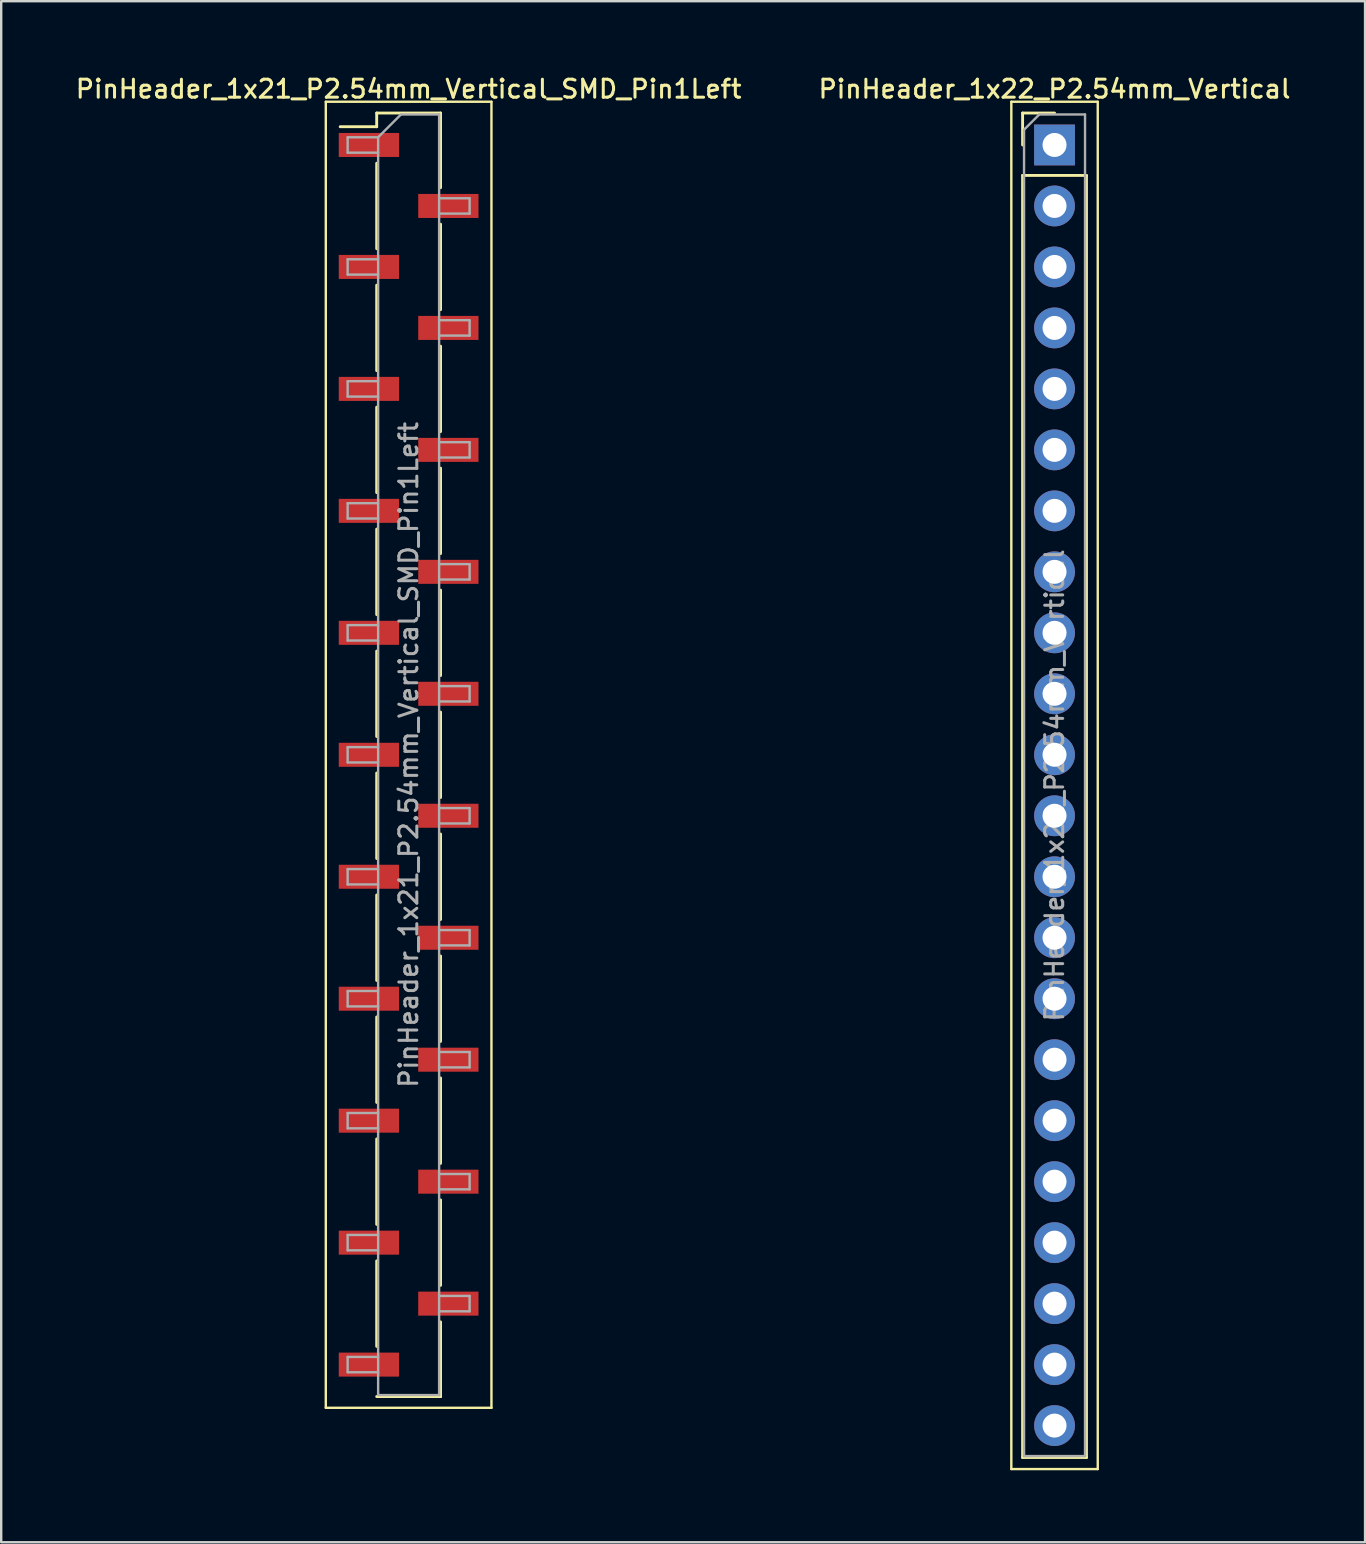
<source format=kicad_pcb>
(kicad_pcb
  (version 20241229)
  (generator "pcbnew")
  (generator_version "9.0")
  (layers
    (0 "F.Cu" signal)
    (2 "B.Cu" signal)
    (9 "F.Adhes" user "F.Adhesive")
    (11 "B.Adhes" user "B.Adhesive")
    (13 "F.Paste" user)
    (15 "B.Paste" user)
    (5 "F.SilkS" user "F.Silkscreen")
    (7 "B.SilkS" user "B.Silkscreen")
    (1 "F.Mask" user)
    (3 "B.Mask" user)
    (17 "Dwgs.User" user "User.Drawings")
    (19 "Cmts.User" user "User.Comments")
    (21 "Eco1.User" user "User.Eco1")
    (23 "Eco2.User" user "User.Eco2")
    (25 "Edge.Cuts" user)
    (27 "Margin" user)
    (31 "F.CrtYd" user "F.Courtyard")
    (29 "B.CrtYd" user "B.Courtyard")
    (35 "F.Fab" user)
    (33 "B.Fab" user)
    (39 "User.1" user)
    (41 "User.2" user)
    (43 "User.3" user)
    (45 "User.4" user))
  (footprint "PinHeader_1x22_P2.54mm_Vertical"
    (layer "F.Cu")
    (at 40.873 2.988)
    (property "Reference" "PinHeader_1x22_P2.54mm_Vertical" (at 0 -2.33 0) (layer "F.SilkS") (effects (font (size 0.75 0.75) (thickness 0.125))))
    (attr through_hole)
    (fp_line (start -1.8 -1.8) (end -1.8 55.15) (stroke (width 0.1) (type solid)) (layer "F.SilkS"))
    (fp_line (start -1.8 55.15) (end 1.8 55.15) (stroke (width 0.1) (type solid)) (layer "F.SilkS"))
    (fp_line (start -1.33 -1.33) (end 0 -1.33) (stroke (width 0.12) (type solid)) (layer "F.SilkS"))
    (fp_line (start -1.33 0) (end -1.33 -1.33) (stroke (width 0.12) (type solid)) (layer "F.SilkS"))
    (fp_line (start -1.33 1.27) (end -1.33 54.67) (stroke (width 0.12) (type solid)) (layer "F.SilkS"))
    (fp_line (start -1.33 1.27) (end 1.33 1.27) (stroke (width 0.12) (type solid)) (layer "F.SilkS"))
    (fp_line (start -1.33 54.67) (end 1.33 54.67) (stroke (width 0.12) (type solid)) (layer "F.SilkS"))
    (fp_line (start 1.33 1.27) (end 1.33 54.67) (stroke (width 0.12) (type solid)) (layer "F.SilkS"))
    (fp_line (start 1.8 -1.8) (end -1.8 -1.8) (stroke (width 0.1) (type solid)) (layer "F.SilkS"))
    (fp_line (start 1.8 55.15) (end 1.8 -1.8) (stroke (width 0.1) (type solid)) (layer "F.SilkS"))
    (fp_line (start -1.27 -0.635) (end -0.635 -1.27) (stroke (width 0.1) (type solid)) (layer "F.Fab"))
    (fp_line (start -1.27 54.61) (end -1.27 -0.635) (stroke (width 0.1) (type solid)) (layer "F.Fab"))
    (fp_line (start -0.635 -1.27) (end 1.27 -1.27) (stroke (width 0.1) (type solid)) (layer "F.Fab"))
    (fp_line (start 1.27 -1.27) (end 1.27 54.61) (stroke (width 0.1) (type solid)) (layer "F.Fab"))
    (fp_line (start 1.27 54.61) (end -1.27 54.61) (stroke (width 0.1) (type solid)) (layer "F.Fab"))
    (fp_text user "${REFERENCE}" (at 0 26.67 90) (layer "F.Fab") (effects (font (size 0.75 0.75) (thickness 0.125))))
    (pad "1" thru_hole rect (at 0 0) (size 1.7 1.7) (drill 1) (layers "*.Cu" "*.Mask"))
    (pad "2" thru_hole oval (at 0 2.54) (size 1.7 1.7) (drill 1) (layers "*.Cu" "*.Mask"))
    (pad "3" thru_hole oval (at 0 5.08) (size 1.7 1.7) (drill 1) (layers "*.Cu" "*.Mask"))
    (pad "4" thru_hole oval (at 0 7.62) (size 1.7 1.7) (drill 1) (layers "*.Cu" "*.Mask"))
    (pad "5" thru_hole oval (at 0 10.16) (size 1.7 1.7) (drill 1) (layers "*.Cu" "*.Mask"))
    (pad "6" thru_hole oval (at 0 12.7) (size 1.7 1.7) (drill 1) (layers "*.Cu" "*.Mask"))
    (pad "7" thru_hole oval (at 0 15.24) (size 1.7 1.7) (drill 1) (layers "*.Cu" "*.Mask"))
    (pad "8" thru_hole oval (at 0 17.78) (size 1.7 1.7) (drill 1) (layers "*.Cu" "*.Mask"))
    (pad "9" thru_hole oval (at 0 20.32) (size 1.7 1.7) (drill 1) (layers "*.Cu" "*.Mask"))
    (pad "10" thru_hole oval (at 0 22.86) (size 1.7 1.7) (drill 1) (layers "*.Cu" "*.Mask"))
    (pad "11" thru_hole oval (at 0 25.4) (size 1.7 1.7) (drill 1) (layers "*.Cu" "*.Mask"))
    (pad "12" thru_hole oval (at 0 27.94) (size 1.7 1.7) (drill 1) (layers "*.Cu" "*.Mask"))
    (pad "13" thru_hole oval (at 0 30.48) (size 1.7 1.7) (drill 1) (layers "*.Cu" "*.Mask"))
    (pad "14" thru_hole oval (at 0 33.02) (size 1.7 1.7) (drill 1) (layers "*.Cu" "*.Mask"))
    (pad "15" thru_hole oval (at 0 35.56) (size 1.7 1.7) (drill 1) (layers "*.Cu" "*.Mask"))
    (pad "16" thru_hole oval (at 0 38.1) (size 1.7 1.7) (drill 1) (layers "*.Cu" "*.Mask"))
    (pad "17" thru_hole oval (at 0 40.64) (size 1.7 1.7) (drill 1) (layers "*.Cu" "*.Mask"))
    (pad "18" thru_hole oval (at 0 43.18) (size 1.7 1.7) (drill 1) (layers "*.Cu" "*.Mask"))
    (pad "19" thru_hole oval (at 0 45.72) (size 1.7 1.7) (drill 1) (layers "*.Cu" "*.Mask"))
    (pad "20" thru_hole oval (at 0 48.26) (size 1.7 1.7) (drill 1) (layers "*.Cu" "*.Mask"))
    (pad "21" thru_hole oval (at 0 50.8) (size 1.7 1.7) (drill 1) (layers "*.Cu" "*.Mask"))
    (pad "22" thru_hole oval (at 0 53.34) (size 1.7 1.7) (drill 1) (layers "*.Cu" "*.Mask")))
  (footprint "PinHeader_1x21_P2.54mm_Vertical_SMD_Pin1Left"
    (layer "F.Cu")
    (at 13.97 28.388)
    (property "Reference" "PinHeader_1x21_P2.54mm_Vertical_SMD_Pin1Left" (at 0 -27.73 0) (layer "F.SilkS") (effects (font (size 0.75 0.75) (thickness 0.125))))
    (attr smd)
    (fp_line (start -3.45 -27.2) (end -3.45 27.2) (stroke (width 0.1) (type solid)) (layer "F.SilkS"))
    (fp_line (start -3.45 27.2) (end 3.45 27.2) (stroke (width 0.1) (type solid)) (layer "F.SilkS"))
    (fp_line (start -1.33 -26.73) (end -1.33 -26.16) (stroke (width 0.12) (type solid)) (layer "F.SilkS"))
    (fp_line (start -1.33 -26.73) (end 1.33 -26.73) (stroke (width 0.12) (type solid)) (layer "F.SilkS"))
    (fp_line (start -1.33 -26.16) (end -2.85 -26.16) (stroke (width 0.12) (type solid)) (layer "F.SilkS"))
    (fp_line (start -1.33 -24.64) (end -1.33 -21.08) (stroke (width 0.12) (type solid)) (layer "F.SilkS"))
    (fp_line (start -1.33 -19.56) (end -1.33 -16) (stroke (width 0.12) (type solid)) (layer "F.SilkS"))
    (fp_line (start -1.33 -14.48) (end -1.33 -10.92) (stroke (width 0.12) (type solid)) (layer "F.SilkS"))
    (fp_line (start -1.33 -9.4) (end -1.33 -5.84) (stroke (width 0.12) (type solid)) (layer "F.SilkS"))
    (fp_line (start -1.33 -4.32) (end -1.33 -0.76) (stroke (width 0.12) (type solid)) (layer "F.SilkS"))
    (fp_line (start -1.33 0.76) (end -1.33 4.32) (stroke (width 0.12) (type solid)) (layer "F.SilkS"))
    (fp_line (start -1.33 5.84) (end -1.33 9.4) (stroke (width 0.12) (type solid)) (layer "F.SilkS"))
    (fp_line (start -1.33 10.92) (end -1.33 14.48) (stroke (width 0.12) (type solid)) (layer "F.SilkS"))
    (fp_line (start -1.33 16) (end -1.33 19.56) (stroke (width 0.12) (type solid)) (layer "F.SilkS"))
    (fp_line (start -1.33 21.08) (end -1.33 24.64) (stroke (width 0.12) (type solid)) (layer "F.SilkS"))
    (fp_line (start -1.33 26.73) (end 1.33 26.73) (stroke (width 0.12) (type solid)) (layer "F.SilkS"))
    (fp_line (start 1.33 -26.73) (end 1.33 -23.62) (stroke (width 0.12) (type solid)) (layer "F.SilkS"))
    (fp_line (start 1.33 -22.1) (end 1.33 -18.54) (stroke (width 0.12) (type solid)) (layer "F.SilkS"))
    (fp_line (start 1.33 -17.02) (end 1.33 -13.46) (stroke (width 0.12) (type solid)) (layer "F.SilkS"))
    (fp_line (start 1.33 -11.94) (end 1.33 -8.38) (stroke (width 0.12) (type solid)) (layer "F.SilkS"))
    (fp_line (start 1.33 -6.86) (end 1.33 -3.3) (stroke (width 0.12) (type solid)) (layer "F.SilkS"))
    (fp_line (start 1.33 -1.78) (end 1.33 1.78) (stroke (width 0.12) (type solid)) (layer "F.SilkS"))
    (fp_line (start 1.33 3.3) (end 1.33 6.86) (stroke (width 0.12) (type solid)) (layer "F.SilkS"))
    (fp_line (start 1.33 8.38) (end 1.33 11.94) (stroke (width 0.12) (type solid)) (layer "F.SilkS"))
    (fp_line (start 1.33 13.46) (end 1.33 17.02) (stroke (width 0.12) (type solid)) (layer "F.SilkS"))
    (fp_line (start 1.33 18.54) (end 1.33 22.1) (stroke (width 0.12) (type solid)) (layer "F.SilkS"))
    (fp_line (start 1.33 23.62) (end 1.33 26.73) (stroke (width 0.12) (type solid)) (layer "F.SilkS"))
    (fp_line (start 1.33 26.16) (end 1.33 26.73) (stroke (width 0.12) (type solid)) (layer "F.SilkS"))
    (fp_line (start 3.45 -27.2) (end -3.45 -27.2) (stroke (width 0.1) (type solid)) (layer "F.SilkS"))
    (fp_line (start 3.45 27.2) (end 3.45 -27.2) (stroke (width 0.1) (type solid)) (layer "F.SilkS"))
    (fp_line (start -2.54 -25.72) (end -2.54 -25.08) (stroke (width 0.1) (type solid)) (layer "F.Fab"))
    (fp_line (start -2.54 -25.08) (end -1.27 -25.08) (stroke (width 0.1) (type solid)) (layer "F.Fab"))
    (fp_line (start -2.54 -20.64) (end -2.54 -20) (stroke (width 0.1) (type solid)) (layer "F.Fab"))
    (fp_line (start -2.54 -20) (end -1.27 -20) (stroke (width 0.1) (type solid)) (layer "F.Fab"))
    (fp_line (start -2.54 -15.56) (end -2.54 -14.92) (stroke (width 0.1) (type solid)) (layer "F.Fab"))
    (fp_line (start -2.54 -14.92) (end -1.27 -14.92) (stroke (width 0.1) (type solid)) (layer "F.Fab"))
    (fp_line (start -2.54 -10.48) (end -2.54 -9.84) (stroke (width 0.1) (type solid)) (layer "F.Fab"))
    (fp_line (start -2.54 -9.84) (end -1.27 -9.84) (stroke (width 0.1) (type solid)) (layer "F.Fab"))
    (fp_line (start -2.54 -5.4) (end -2.54 -4.76) (stroke (width 0.1) (type solid)) (layer "F.Fab"))
    (fp_line (start -2.54 -4.76) (end -1.27 -4.76) (stroke (width 0.1) (type solid)) (layer "F.Fab"))
    (fp_line (start -2.54 -0.32) (end -2.54 0.32) (stroke (width 0.1) (type solid)) (layer "F.Fab"))
    (fp_line (start -2.54 0.32) (end -1.27 0.32) (stroke (width 0.1) (type solid)) (layer "F.Fab"))
    (fp_line (start -2.54 4.76) (end -2.54 5.4) (stroke (width 0.1) (type solid)) (layer "F.Fab"))
    (fp_line (start -2.54 5.4) (end -1.27 5.4) (stroke (width 0.1) (type solid)) (layer "F.Fab"))
    (fp_line (start -2.54 9.84) (end -2.54 10.48) (stroke (width 0.1) (type solid)) (layer "F.Fab"))
    (fp_line (start -2.54 10.48) (end -1.27 10.48) (stroke (width 0.1) (type solid)) (layer "F.Fab"))
    (fp_line (start -2.54 14.92) (end -2.54 15.56) (stroke (width 0.1) (type solid)) (layer "F.Fab"))
    (fp_line (start -2.54 15.56) (end -1.27 15.56) (stroke (width 0.1) (type solid)) (layer "F.Fab"))
    (fp_line (start -2.54 20) (end -2.54 20.64) (stroke (width 0.1) (type solid)) (layer "F.Fab"))
    (fp_line (start -2.54 20.64) (end -1.27 20.64) (stroke (width 0.1) (type solid)) (layer "F.Fab"))
    (fp_line (start -2.54 25.08) (end -2.54 25.72) (stroke (width 0.1) (type solid)) (layer "F.Fab"))
    (fp_line (start -2.54 25.72) (end -1.27 25.72) (stroke (width 0.1) (type solid)) (layer "F.Fab"))
    (fp_line (start -1.27 -25.72) (end -2.54 -25.72) (stroke (width 0.1) (type solid)) (layer "F.Fab"))
    (fp_line (start -1.27 -25.72) (end -0.32 -26.67) (stroke (width 0.1) (type solid)) (layer "F.Fab"))
    (fp_line (start -1.27 -20.64) (end -2.54 -20.64) (stroke (width 0.1) (type solid)) (layer "F.Fab"))
    (fp_line (start -1.27 -15.56) (end -2.54 -15.56) (stroke (width 0.1) (type solid)) (layer "F.Fab"))
    (fp_line (start -1.27 -10.48) (end -2.54 -10.48) (stroke (width 0.1) (type solid)) (layer "F.Fab"))
    (fp_line (start -1.27 -5.4) (end -2.54 -5.4) (stroke (width 0.1) (type solid)) (layer "F.Fab"))
    (fp_line (start -1.27 -0.32) (end -2.54 -0.32) (stroke (width 0.1) (type solid)) (layer "F.Fab"))
    (fp_line (start -1.27 4.76) (end -2.54 4.76) (stroke (width 0.1) (type solid)) (layer "F.Fab"))
    (fp_line (start -1.27 9.84) (end -2.54 9.84) (stroke (width 0.1) (type solid)) (layer "F.Fab"))
    (fp_line (start -1.27 14.92) (end -2.54 14.92) (stroke (width 0.1) (type solid)) (layer "F.Fab"))
    (fp_line (start -1.27 20) (end -2.54 20) (stroke (width 0.1) (type solid)) (layer "F.Fab"))
    (fp_line (start -1.27 25.08) (end -2.54 25.08) (stroke (width 0.1) (type solid)) (layer "F.Fab"))
    (fp_line (start -1.27 26.67) (end -1.27 -25.72) (stroke (width 0.1) (type solid)) (layer "F.Fab"))
    (fp_line (start -0.32 -26.67) (end 1.27 -26.67) (stroke (width 0.1) (type solid)) (layer "F.Fab"))
    (fp_line (start 1.27 -26.67) (end 1.27 26.67) (stroke (width 0.1) (type solid)) (layer "F.Fab"))
    (fp_line (start 1.27 -23.18) (end 2.54 -23.18) (stroke (width 0.1) (type solid)) (layer "F.Fab"))
    (fp_line (start 1.27 -18.1) (end 2.54 -18.1) (stroke (width 0.1) (type solid)) (layer "F.Fab"))
    (fp_line (start 1.27 -13.02) (end 2.54 -13.02) (stroke (width 0.1) (type solid)) (layer "F.Fab"))
    (fp_line (start 1.27 -7.94) (end 2.54 -7.94) (stroke (width 0.1) (type solid)) (layer "F.Fab"))
    (fp_line (start 1.27 -2.86) (end 2.54 -2.86) (stroke (width 0.1) (type solid)) (layer "F.Fab"))
    (fp_line (start 1.27 2.22) (end 2.54 2.22) (stroke (width 0.1) (type solid)) (layer "F.Fab"))
    (fp_line (start 1.27 7.3) (end 2.54 7.3) (stroke (width 0.1) (type solid)) (layer "F.Fab"))
    (fp_line (start 1.27 12.38) (end 2.54 12.38) (stroke (width 0.1) (type solid)) (layer "F.Fab"))
    (fp_line (start 1.27 17.46) (end 2.54 17.46) (stroke (width 0.1) (type solid)) (layer "F.Fab"))
    (fp_line (start 1.27 22.54) (end 2.54 22.54) (stroke (width 0.1) (type solid)) (layer "F.Fab"))
    (fp_line (start 1.27 26.67) (end -1.27 26.67) (stroke (width 0.1) (type solid)) (layer "F.Fab"))
    (fp_line (start 2.54 -23.18) (end 2.54 -22.54) (stroke (width 0.1) (type solid)) (layer "F.Fab"))
    (fp_line (start 2.54 -22.54) (end 1.27 -22.54) (stroke (width 0.1) (type solid)) (layer "F.Fab"))
    (fp_line (start 2.54 -18.1) (end 2.54 -17.46) (stroke (width 0.1) (type solid)) (layer "F.Fab"))
    (fp_line (start 2.54 -17.46) (end 1.27 -17.46) (stroke (width 0.1) (type solid)) (layer "F.Fab"))
    (fp_line (start 2.54 -13.02) (end 2.54 -12.38) (stroke (width 0.1) (type solid)) (layer "F.Fab"))
    (fp_line (start 2.54 -12.38) (end 1.27 -12.38) (stroke (width 0.1) (type solid)) (layer "F.Fab"))
    (fp_line (start 2.54 -7.94) (end 2.54 -7.3) (stroke (width 0.1) (type solid)) (layer "F.Fab"))
    (fp_line (start 2.54 -7.3) (end 1.27 -7.3) (stroke (width 0.1) (type solid)) (layer "F.Fab"))
    (fp_line (start 2.54 -2.86) (end 2.54 -2.22) (stroke (width 0.1) (type solid)) (layer "F.Fab"))
    (fp_line (start 2.54 -2.22) (end 1.27 -2.22) (stroke (width 0.1) (type solid)) (layer "F.Fab"))
    (fp_line (start 2.54 2.22) (end 2.54 2.86) (stroke (width 0.1) (type solid)) (layer "F.Fab"))
    (fp_line (start 2.54 2.86) (end 1.27 2.86) (stroke (width 0.1) (type solid)) (layer "F.Fab"))
    (fp_line (start 2.54 7.3) (end 2.54 7.94) (stroke (width 0.1) (type solid)) (layer "F.Fab"))
    (fp_line (start 2.54 7.94) (end 1.27 7.94) (stroke (width 0.1) (type solid)) (layer "F.Fab"))
    (fp_line (start 2.54 12.38) (end 2.54 13.02) (stroke (width 0.1) (type solid)) (layer "F.Fab"))
    (fp_line (start 2.54 13.02) (end 1.27 13.02) (stroke (width 0.1) (type solid)) (layer "F.Fab"))
    (fp_line (start 2.54 17.46) (end 2.54 18.1) (stroke (width 0.1) (type solid)) (layer "F.Fab"))
    (fp_line (start 2.54 18.1) (end 1.27 18.1) (stroke (width 0.1) (type solid)) (layer "F.Fab"))
    (fp_line (start 2.54 22.54) (end 2.54 23.18) (stroke (width 0.1) (type solid)) (layer "F.Fab"))
    (fp_line (start 2.54 23.18) (end 1.27 23.18) (stroke (width 0.1) (type solid)) (layer "F.Fab"))
    (fp_text user "${REFERENCE}" (at 0 0 90) (layer "F.Fab") (effects (font (size 0.75 0.75) (thickness 0.125))))
    (pad "1" smd rect (at -1.655 -25.4) (size 2.51 1) (layers "F.Cu" "F.Mask" "F.Paste"))
    (pad "2" smd rect (at 1.655 -22.86) (size 2.51 1) (layers "F.Cu" "F.Mask" "F.Paste"))
    (pad "3" smd rect (at -1.655 -20.32) (size 2.51 1) (layers "F.Cu" "F.Mask" "F.Paste"))
    (pad "4" smd rect (at 1.655 -17.78) (size 2.51 1) (layers "F.Cu" "F.Mask" "F.Paste"))
    (pad "5" smd rect (at -1.655 -15.24) (size 2.51 1) (layers "F.Cu" "F.Mask" "F.Paste"))
    (pad "6" smd rect (at 1.655 -12.7) (size 2.51 1) (layers "F.Cu" "F.Mask" "F.Paste"))
    (pad "7" smd rect (at -1.655 -10.16) (size 2.51 1) (layers "F.Cu" "F.Mask" "F.Paste"))
    (pad "8" smd rect (at 1.655 -7.62) (size 2.51 1) (layers "F.Cu" "F.Mask" "F.Paste"))
    (pad "9" smd rect (at -1.655 -5.08) (size 2.51 1) (layers "F.Cu" "F.Mask" "F.Paste"))
    (pad "10" smd rect (at 1.655 -2.54) (size 2.51 1) (layers "F.Cu" "F.Mask" "F.Paste"))
    (pad "11" smd rect (at -1.655 0) (size 2.51 1) (layers "F.Cu" "F.Mask" "F.Paste"))
    (pad "12" smd rect (at 1.655 2.54) (size 2.51 1) (layers "F.Cu" "F.Mask" "F.Paste"))
    (pad "13" smd rect (at -1.655 5.08) (size 2.51 1) (layers "F.Cu" "F.Mask" "F.Paste"))
    (pad "14" smd rect (at 1.655 7.62) (size 2.51 1) (layers "F.Cu" "F.Mask" "F.Paste"))
    (pad "15" smd rect (at -1.655 10.16) (size 2.51 1) (layers "F.Cu" "F.Mask" "F.Paste"))
    (pad "16" smd rect (at 1.655 12.7) (size 2.51 1) (layers "F.Cu" "F.Mask" "F.Paste"))
    (pad "17" smd rect (at -1.655 15.24) (size 2.51 1) (layers "F.Cu" "F.Mask" "F.Paste"))
    (pad "18" smd rect (at 1.655 17.78) (size 2.51 1) (layers "F.Cu" "F.Mask" "F.Paste"))
    (pad "19" smd rect (at -1.655 20.32) (size 2.51 1) (layers "F.Cu" "F.Mask" "F.Paste"))
    (pad "20" smd rect (at 1.655 22.86) (size 2.51 1) (layers "F.Cu" "F.Mask" "F.Paste"))
    (pad "21" smd rect (at -1.655 25.4) (size 2.51 1) (layers "F.Cu" "F.Mask" "F.Paste")))
  (gr_rect
    (start -3 -3)
    (end 53.807 61.188)
    (stroke (width 0.1) (type default))
    (fill no)
    (layer "Edge.Cuts")))
</source>
